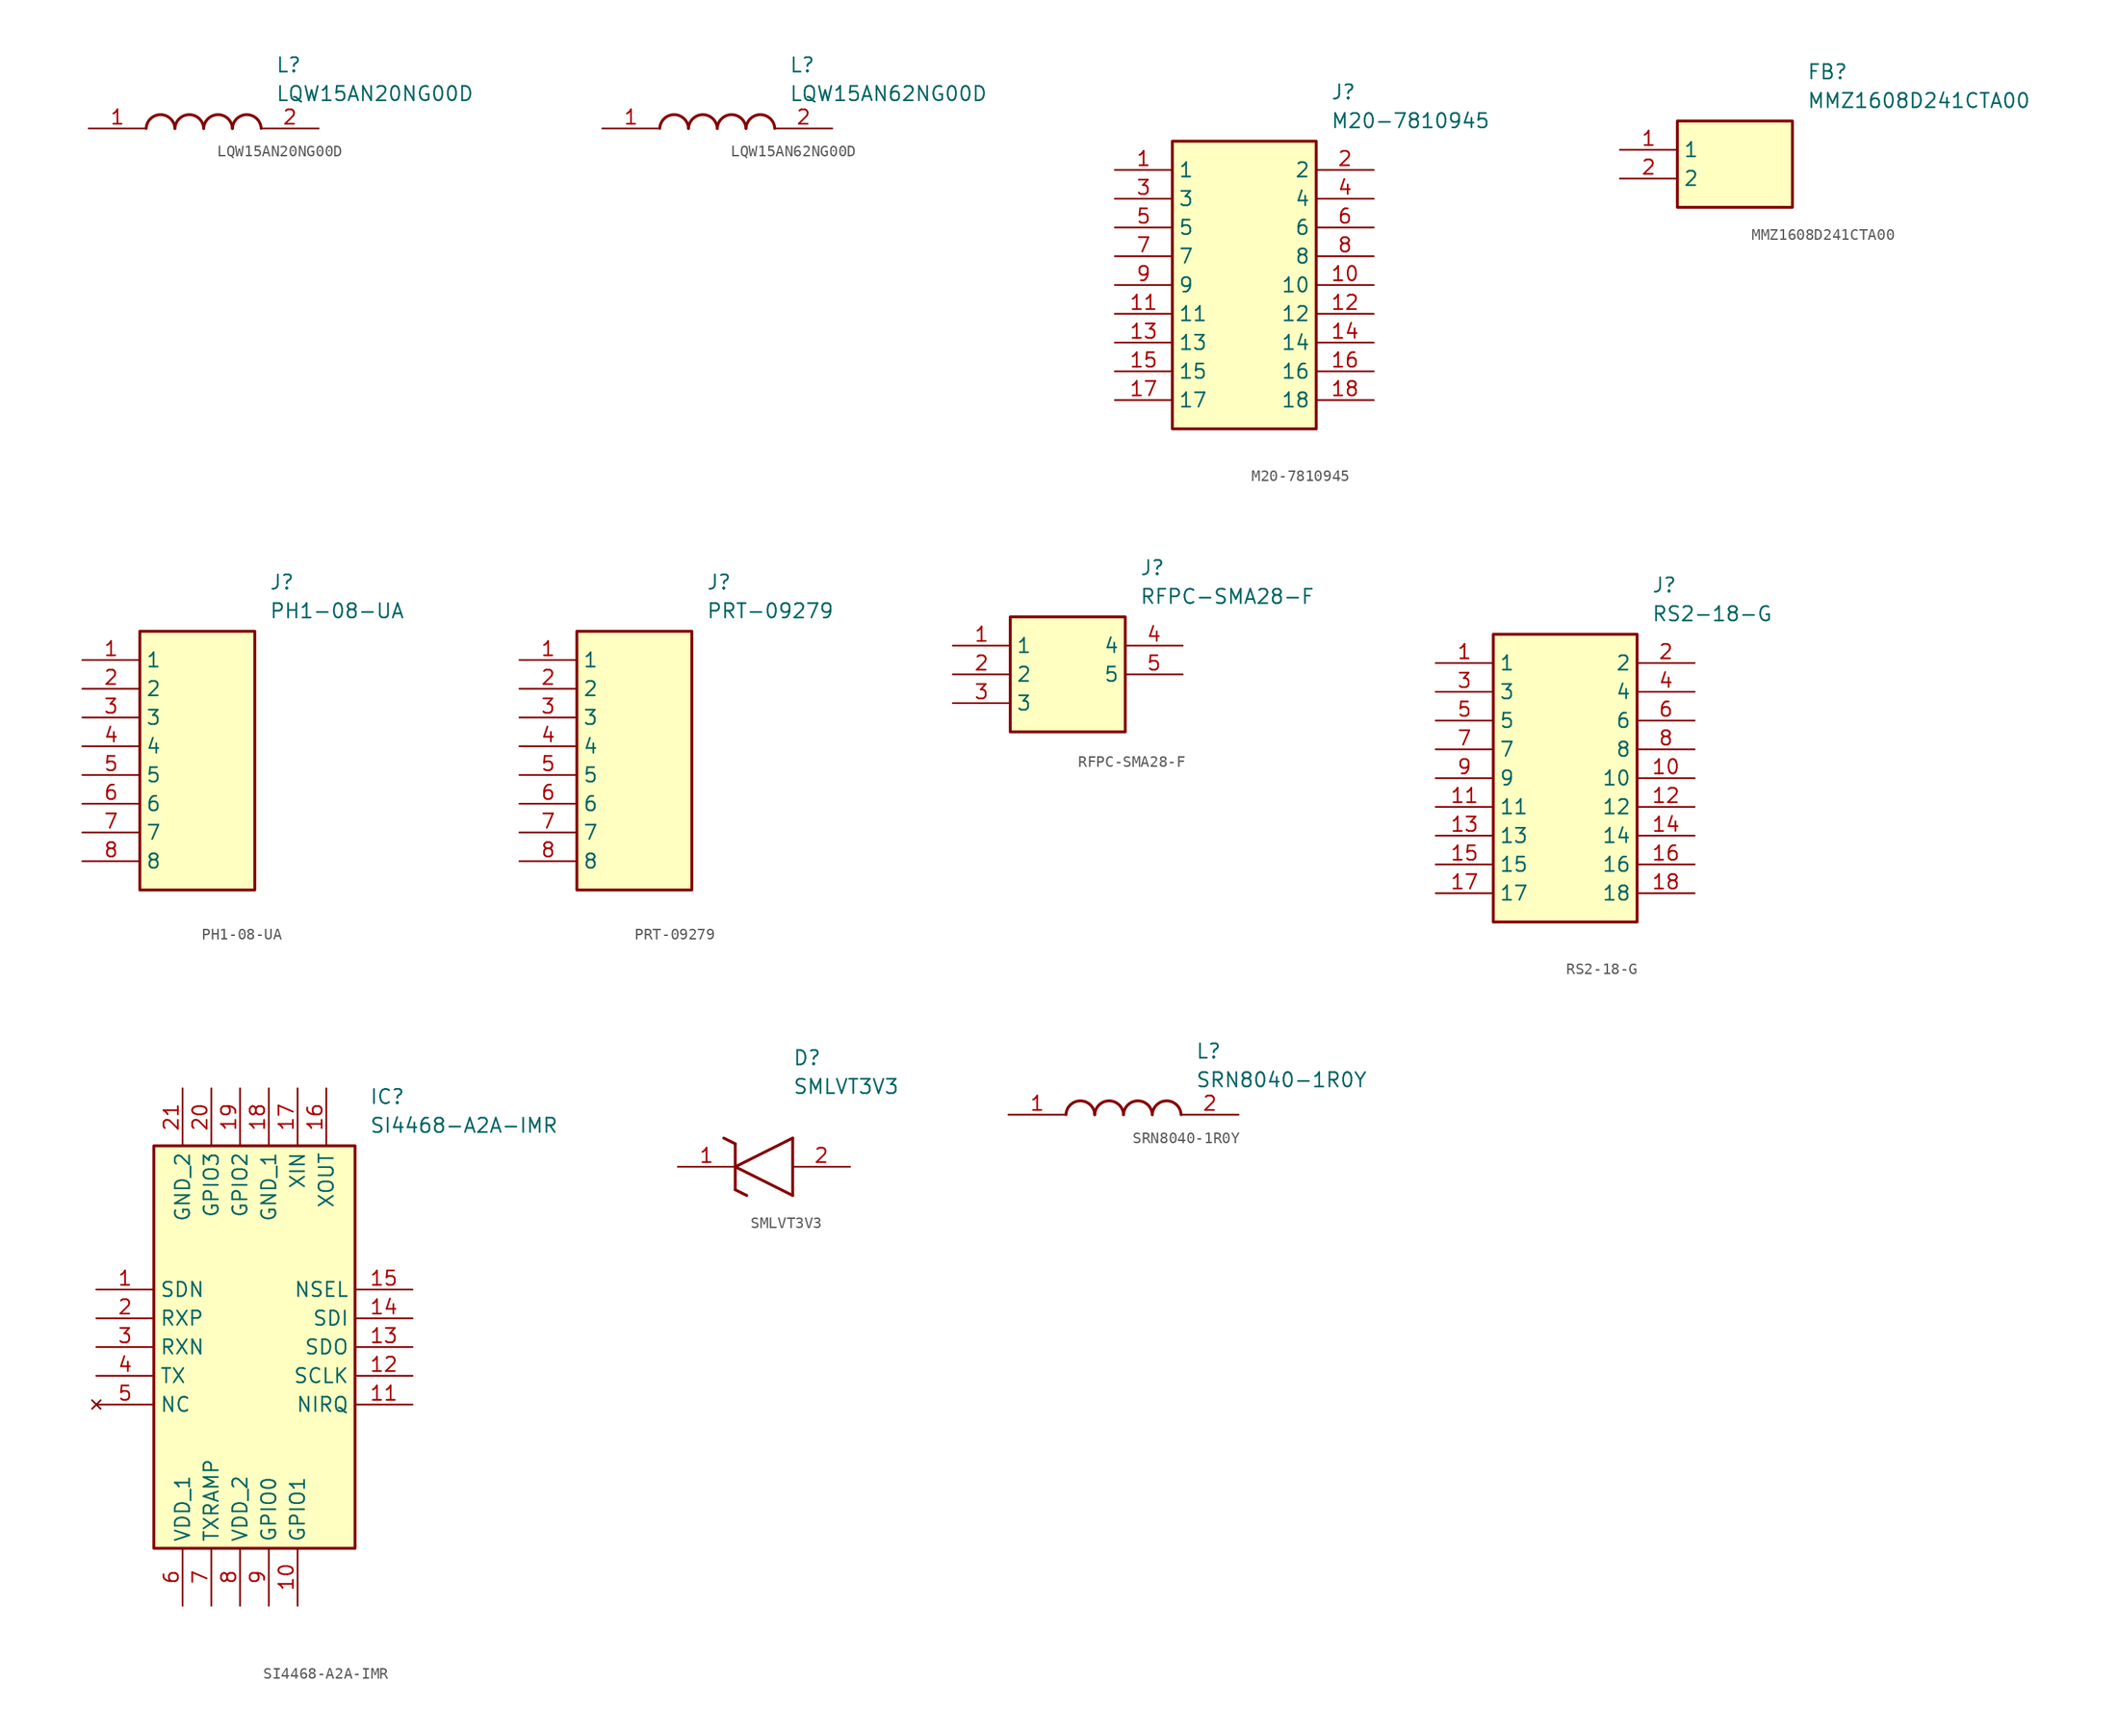
<source format=kicad_sym>
(kicad_symbol_lib
  (version 20231120)
  (generator "kicad_symbol_editor")
  (generator_version "8.0")
  (symbol "LQW15AN20NG00D"
    (pin_names hide)
    (property "Reference" "L"
      (at 16.51 6.35 0)
      (effects (font (size 1.27 1.27)) (justify left top)))
    (property "Value" "LQW15AN20NG00D"
      (at 16.51 3.81 0)
      (effects (font (size 1.27 1.27)) (justify left top)))
    (arc
      (start 7.62 0)
      (mid 6.35 1.219)
      (end 5.08 0)
      (stroke (width 0.254) (type default))
      (fill (type none)))
    (arc
      (start 10.16 0)
      (mid 8.89 1.219)
      (end 7.62 0)
      (stroke (width 0.254) (type default))
      (fill (type none)))
    (arc
      (start 12.7 0)
      (mid 11.43 1.219)
      (end 10.16 0)
      (stroke (width 0.254) (type default))
      (fill (type none)))
    (arc
      (start 15.24 0)
      (mid 13.97 1.219)
      (end 12.7 0)
      (stroke (width 0.254) (type default))
      (fill (type none)))
    (pin passive line
      (at 0 0 0)
      (length 5.08)
      (name "1" (effects (font (size 1.27 1.27))))
      (number "1" (effects (font (size 1.27 1.27)))))
    (pin passive line
      (at 20.32 0 180)
      (length 5.08)
      (name "2" (effects (font (size 1.27 1.27))))
      (number "2" (effects (font (size 1.27 1.27))))))
  (symbol "LQW15AN62NG00D"
    (pin_names hide)
    (property "Reference" "L"
      (at 16.51 6.35 0)
      (effects (font (size 1.27 1.27)) (justify left top)))
    (property "Value" "LQW15AN62NG00D"
      (at 16.51 3.81 0)
      (effects (font (size 1.27 1.27)) (justify left top)))
    (arc
      (start 7.62 0)
      (mid 6.35 1.219)
      (end 5.08 0)
      (stroke (width 0.254) (type default))
      (fill (type none)))
    (arc
      (start 10.16 0)
      (mid 8.89 1.219)
      (end 7.62 0)
      (stroke (width 0.254) (type default))
      (fill (type none)))
    (arc
      (start 12.7 0)
      (mid 11.43 1.219)
      (end 10.16 0)
      (stroke (width 0.254) (type default))
      (fill (type none)))
    (arc
      (start 15.24 0)
      (mid 13.97 1.219)
      (end 12.7 0)
      (stroke (width 0.254) (type default))
      (fill (type none)))
    (pin passive line
      (at 0 0 0)
      (length 5.08)
      (name "1" (effects (font (size 1.27 1.27))))
      (number "1" (effects (font (size 1.27 1.27)))))
    (pin passive line
      (at 20.32 0 180)
      (length 5.08)
      (name "2" (effects (font (size 1.27 1.27))))
      (number "2" (effects (font (size 1.27 1.27))))))
  (symbol "M20-7810945"
    (property "Reference" "J"
      (at 19.05 7.62 0)
      (effects (font (size 1.27 1.27)) (justify left top)))
    (property "Value" "M20-7810945"
      (at 19.05 5.08 0)
      (effects (font (size 1.27 1.27)) (justify left top)))
    (symbol "M20-7810945_1_1"
      (rectangle (start 5.08 2.54) (end 17.78 -22.86) (stroke (width 0.254) (type default)) (fill (type background)))
      (pin passive line (at 0 0 0) (length 5.08) (name "1" (effects (font (size 1.27 1.27)))) (number "1" (effects (font (size 1.27 1.27)))))
      (pin passive line (at 22.86 -10.16 180) (length 5.08) (name "10" (effects (font (size 1.27 1.27)))) (number "10" (effects (font (size 1.27 1.27)))))
      (pin passive line (at 0 -12.7 0) (length 5.08) (name "11" (effects (font (size 1.27 1.27)))) (number "11" (effects (font (size 1.27 1.27)))))
      (pin passive line (at 22.86 -12.7 180) (length 5.08) (name "12" (effects (font (size 1.27 1.27)))) (number "12" (effects (font (size 1.27 1.27)))))
      (pin passive line (at 0 -15.24 0) (length 5.08) (name "13" (effects (font (size 1.27 1.27)))) (number "13" (effects (font (size 1.27 1.27)))))
      (pin passive line (at 22.86 -15.24 180) (length 5.08) (name "14" (effects (font (size 1.27 1.27)))) (number "14" (effects (font (size 1.27 1.27)))))
      (pin passive line (at 0 -17.78 0) (length 5.08) (name "15" (effects (font (size 1.27 1.27)))) (number "15" (effects (font (size 1.27 1.27)))))
      (pin passive line (at 22.86 -17.78 180) (length 5.08) (name "16" (effects (font (size 1.27 1.27)))) (number "16" (effects (font (size 1.27 1.27)))))
      (pin passive line (at 0 -20.32 0) (length 5.08) (name "17" (effects (font (size 1.27 1.27)))) (number "17" (effects (font (size 1.27 1.27)))))
      (pin passive line (at 22.86 -20.32 180) (length 5.08) (name "18" (effects (font (size 1.27 1.27)))) (number "18" (effects (font (size 1.27 1.27)))))
      (pin passive line (at 22.86 0 180) (length 5.08) (name "2" (effects (font (size 1.27 1.27)))) (number "2" (effects (font (size 1.27 1.27)))))
      (pin passive line (at 0 -2.54 0) (length 5.08) (name "3" (effects (font (size 1.27 1.27)))) (number "3" (effects (font (size 1.27 1.27)))))
      (pin passive line (at 22.86 -2.54 180) (length 5.08) (name "4" (effects (font (size 1.27 1.27)))) (number "4" (effects (font (size 1.27 1.27)))))
      (pin passive line (at 0 -5.08 0) (length 5.08) (name "5" (effects (font (size 1.27 1.27)))) (number "5" (effects (font (size 1.27 1.27)))))
      (pin passive line (at 22.86 -5.08 180) (length 5.08) (name "6" (effects (font (size 1.27 1.27)))) (number "6" (effects (font (size 1.27 1.27)))))
      (pin passive line (at 0 -7.62 0) (length 5.08) (name "7" (effects (font (size 1.27 1.27)))) (number "7" (effects (font (size 1.27 1.27)))))
      (pin passive line (at 22.86 -7.62 180) (length 5.08) (name "8" (effects (font (size 1.27 1.27)))) (number "8" (effects (font (size 1.27 1.27)))))
      (pin passive line (at 0 -10.16 0) (length 5.08) (name "9" (effects (font (size 1.27 1.27)))) (number "9" (effects (font (size 1.27 1.27)))))))
  (symbol "MMZ1608D241CTA00"
    (property "Reference" "FB"
      (at 16.51 7.62 0)
      (effects (font (size 1.27 1.27)) (justify left top)))
    (property "Value" "MMZ1608D241CTA00"
      (at 16.51 5.08 0)
      (effects (font (size 1.27 1.27)) (justify left top)))
    (rectangle
      (start 5.08 2.54)
      (end 15.24 -5.08)
      (stroke (width 0.254) (type default))
      (fill (type background)))
    (pin passive line
      (at 0 0 0)
      (length 5.08)
      (name "1" (effects (font (size 1.27 1.27))))
      (number "1" (effects (font (size 1.27 1.27)))))
    (pin passive line
      (at 0 -2.54 0)
      (length 5.08)
      (name "2" (effects (font (size 1.27 1.27))))
      (number "2" (effects (font (size 1.27 1.27))))))
  (symbol "PH1-08-UA"
    (property "Reference" "J"
      (at 16.51 7.62 0)
      (effects (font (size 1.27 1.27)) (justify left top)))
    (property "Value" "PH1-08-UA"
      (at 16.51 5.08 0)
      (effects (font (size 1.27 1.27)) (justify left top)))
    (rectangle
      (start 5.08 2.54)
      (end 15.24 -20.32)
      (stroke (width 0.254) (type default))
      (fill (type background)))
    (pin passive line
      (at 0 0 0)
      (length 5.08)
      (name "1" (effects (font (size 1.27 1.27))))
      (number "1" (effects (font (size 1.27 1.27)))))
    (pin passive line
      (at 0 -2.54 0)
      (length 5.08)
      (name "2" (effects (font (size 1.27 1.27))))
      (number "2" (effects (font (size 1.27 1.27)))))
    (pin passive line
      (at 0 -5.08 0)
      (length 5.08)
      (name "3" (effects (font (size 1.27 1.27))))
      (number "3" (effects (font (size 1.27 1.27)))))
    (pin passive line
      (at 0 -7.62 0)
      (length 5.08)
      (name "4" (effects (font (size 1.27 1.27))))
      (number "4" (effects (font (size 1.27 1.27)))))
    (pin passive line
      (at 0 -10.16 0)
      (length 5.08)
      (name "5" (effects (font (size 1.27 1.27))))
      (number "5" (effects (font (size 1.27 1.27)))))
    (pin passive line
      (at 0 -12.7 0)
      (length 5.08)
      (name "6" (effects (font (size 1.27 1.27))))
      (number "6" (effects (font (size 1.27 1.27)))))
    (pin passive line
      (at 0 -15.24 0)
      (length 5.08)
      (name "7" (effects (font (size 1.27 1.27))))
      (number "7" (effects (font (size 1.27 1.27)))))
    (pin passive line
      (at 0 -17.78 0)
      (length 5.08)
      (name "8" (effects (font (size 1.27 1.27))))
      (number "8" (effects (font (size 1.27 1.27))))))
  (symbol "PRT-09279"
    (property "Reference" "J"
      (at 16.51 7.62 0)
      (effects (font (size 1.27 1.27)) (justify left top)))
    (property "Value" "PRT-09279"
      (at 16.51 5.08 0)
      (effects (font (size 1.27 1.27)) (justify left top)))
    (rectangle
      (start 5.08 2.54)
      (end 15.24 -20.32)
      (stroke (width 0.254) (type default))
      (fill (type background)))
    (pin passive line
      (at 0 0 0)
      (length 5.08)
      (name "1" (effects (font (size 1.27 1.27))))
      (number "1" (effects (font (size 1.27 1.27)))))
    (pin passive line
      (at 0 -2.54 0)
      (length 5.08)
      (name "2" (effects (font (size 1.27 1.27))))
      (number "2" (effects (font (size 1.27 1.27)))))
    (pin passive line
      (at 0 -5.08 0)
      (length 5.08)
      (name "3" (effects (font (size 1.27 1.27))))
      (number "3" (effects (font (size 1.27 1.27)))))
    (pin passive line
      (at 0 -7.62 0)
      (length 5.08)
      (name "4" (effects (font (size 1.27 1.27))))
      (number "4" (effects (font (size 1.27 1.27)))))
    (pin passive line
      (at 0 -10.16 0)
      (length 5.08)
      (name "5" (effects (font (size 1.27 1.27))))
      (number "5" (effects (font (size 1.27 1.27)))))
    (pin passive line
      (at 0 -12.7 0)
      (length 5.08)
      (name "6" (effects (font (size 1.27 1.27))))
      (number "6" (effects (font (size 1.27 1.27)))))
    (pin passive line
      (at 0 -15.24 0)
      (length 5.08)
      (name "7" (effects (font (size 1.27 1.27))))
      (number "7" (effects (font (size 1.27 1.27)))))
    (pin passive line
      (at 0 -17.78 0)
      (length 5.08)
      (name "8" (effects (font (size 1.27 1.27))))
      (number "8" (effects (font (size 1.27 1.27))))))
  (symbol "RFPC-SMA28-F"
    (property "Reference" "J"
      (at 16.51 7.62 0)
      (effects (font (size 1.27 1.27)) (justify left top)))
    (property "Value" "RFPC-SMA28-F"
      (at 16.51 5.08 0)
      (effects (font (size 1.27 1.27)) (justify left top)))
    (rectangle
      (start 5.08 2.54)
      (end 15.24 -7.62)
      (stroke (width 0.254) (type default))
      (fill (type background)))
    (pin passive line
      (at 0 0 0)
      (length 5.08)
      (name "1" (effects (font (size 1.27 1.27))))
      (number "1" (effects (font (size 1.27 1.27)))))
    (pin passive line
      (at 0 -2.54 0)
      (length 5.08)
      (name "2" (effects (font (size 1.27 1.27))))
      (number "2" (effects (font (size 1.27 1.27)))))
    (pin passive line
      (at 0 -5.08 0)
      (length 5.08)
      (name "3" (effects (font (size 1.27 1.27))))
      (number "3" (effects (font (size 1.27 1.27)))))
    (pin passive line
      (at 20.32 0 180)
      (length 5.08)
      (name "4" (effects (font (size 1.27 1.27))))
      (number "4" (effects (font (size 1.27 1.27)))))
    (pin passive line
      (at 20.32 -2.54 180)
      (length 5.08)
      (name "5" (effects (font (size 1.27 1.27))))
      (number "5" (effects (font (size 1.27 1.27))))))
  (symbol "RS2-18-G"
    (property "Reference" "J"
      (at 19.05 7.62 0)
      (effects (font (size 1.27 1.27)) (justify left top)))
    (property "Value" "RS2-18-G"
      (at 19.05 5.08 0)
      (effects (font (size 1.27 1.27)) (justify left top)))
    (symbol "RS2-18-G_1_1"
      (rectangle (start 5.08 2.54) (end 17.78 -22.86) (stroke (width 0.254) (type default)) (fill (type background)))
      (pin passive line (at 0 0 0) (length 5.08) (name "1" (effects (font (size 1.27 1.27)))) (number "1" (effects (font (size 1.27 1.27)))))
      (pin passive line (at 22.86 -10.16 180) (length 5.08) (name "10" (effects (font (size 1.27 1.27)))) (number "10" (effects (font (size 1.27 1.27)))))
      (pin passive line (at 0 -12.7 0) (length 5.08) (name "11" (effects (font (size 1.27 1.27)))) (number "11" (effects (font (size 1.27 1.27)))))
      (pin passive line (at 22.86 -12.7 180) (length 5.08) (name "12" (effects (font (size 1.27 1.27)))) (number "12" (effects (font (size 1.27 1.27)))))
      (pin passive line (at 0 -15.24 0) (length 5.08) (name "13" (effects (font (size 1.27 1.27)))) (number "13" (effects (font (size 1.27 1.27)))))
      (pin passive line (at 22.86 -15.24 180) (length 5.08) (name "14" (effects (font (size 1.27 1.27)))) (number "14" (effects (font (size 1.27 1.27)))))
      (pin passive line (at 0 -17.78 0) (length 5.08) (name "15" (effects (font (size 1.27 1.27)))) (number "15" (effects (font (size 1.27 1.27)))))
      (pin passive line (at 22.86 -17.78 180) (length 5.08) (name "16" (effects (font (size 1.27 1.27)))) (number "16" (effects (font (size 1.27 1.27)))))
      (pin passive line (at 0 -20.32 0) (length 5.08) (name "17" (effects (font (size 1.27 1.27)))) (number "17" (effects (font (size 1.27 1.27)))))
      (pin passive line (at 22.86 -20.32 180) (length 5.08) (name "18" (effects (font (size 1.27 1.27)))) (number "18" (effects (font (size 1.27 1.27)))))
      (pin passive line (at 22.86 0 180) (length 5.08) (name "2" (effects (font (size 1.27 1.27)))) (number "2" (effects (font (size 1.27 1.27)))))
      (pin passive line (at 0 -2.54 0) (length 5.08) (name "3" (effects (font (size 1.27 1.27)))) (number "3" (effects (font (size 1.27 1.27)))))
      (pin passive line (at 22.86 -2.54 180) (length 5.08) (name "4" (effects (font (size 1.27 1.27)))) (number "4" (effects (font (size 1.27 1.27)))))
      (pin passive line (at 0 -5.08 0) (length 5.08) (name "5" (effects (font (size 1.27 1.27)))) (number "5" (effects (font (size 1.27 1.27)))))
      (pin passive line (at 22.86 -5.08 180) (length 5.08) (name "6" (effects (font (size 1.27 1.27)))) (number "6" (effects (font (size 1.27 1.27)))))
      (pin passive line (at 0 -7.62 0) (length 5.08) (name "7" (effects (font (size 1.27 1.27)))) (number "7" (effects (font (size 1.27 1.27)))))
      (pin passive line (at 22.86 -7.62 180) (length 5.08) (name "8" (effects (font (size 1.27 1.27)))) (number "8" (effects (font (size 1.27 1.27)))))
      (pin passive line (at 0 -10.16 0) (length 5.08) (name "9" (effects (font (size 1.27 1.27)))) (number "9" (effects (font (size 1.27 1.27)))))))
  (symbol "SI4468-A2A-IMR"
    (property "Reference" "IC"
      (at 24.13 17.78 0)
      (effects (font (size 1.27 1.27)) (justify left top)))
    (property "Value" "SI4468-A2A-IMR"
      (at 24.13 15.24 0)
      (effects (font (size 1.27 1.27)) (justify left top)))
    (rectangle
      (start 5.08 12.7)
      (end 22.86 -22.86)
      (stroke (width 0.254) (type default))
      (fill (type background)))
    (pin passive line
      (at 0 0 0)
      (length 5.08)
      (name "SDN" (effects (font (size 1.27 1.27))))
      (number "1" (effects (font (size 1.27 1.27)))))
    (pin passive line
      (at 0 -2.54 0)
      (length 5.08)
      (name "RXP" (effects (font (size 1.27 1.27))))
      (number "2" (effects (font (size 1.27 1.27)))))
    (pin passive line
      (at 0 -5.08 0)
      (length 5.08)
      (name "RXN" (effects (font (size 1.27 1.27))))
      (number "3" (effects (font (size 1.27 1.27)))))
    (pin passive line
      (at 0 -7.62 0)
      (length 5.08)
      (name "TX" (effects (font (size 1.27 1.27))))
      (number "4" (effects (font (size 1.27 1.27)))))
    (pin no_connect line
      (at 0 -10.16 0)
      (length 5.08)
      (name "NC" (effects (font (size 1.27 1.27))))
      (number "5" (effects (font (size 1.27 1.27)))))
    (pin passive line
      (at 7.62 -27.94 90)
      (length 5.08)
      (name "VDD_1" (effects (font (size 1.27 1.27))))
      (number "6" (effects (font (size 1.27 1.27)))))
    (pin passive line
      (at 10.16 -27.94 90)
      (length 5.08)
      (name "TXRAMP" (effects (font (size 1.27 1.27))))
      (number "7" (effects (font (size 1.27 1.27)))))
    (pin passive line
      (at 12.7 -27.94 90)
      (length 5.08)
      (name "VDD_2" (effects (font (size 1.27 1.27))))
      (number "8" (effects (font (size 1.27 1.27)))))
    (pin passive line
      (at 15.24 -27.94 90)
      (length 5.08)
      (name "GPIO0" (effects (font (size 1.27 1.27))))
      (number "9" (effects (font (size 1.27 1.27)))))
    (pin passive line
      (at 17.78 -27.94 90)
      (length 5.08)
      (name "GPIO1" (effects (font (size 1.27 1.27))))
      (number "10" (effects (font (size 1.27 1.27)))))
    (pin passive line
      (at 27.94 0 180)
      (length 5.08)
      (name "NSEL" (effects (font (size 1.27 1.27))))
      (number "15" (effects (font (size 1.27 1.27)))))
    (pin passive line
      (at 27.94 -2.54 180)
      (length 5.08)
      (name "SDI" (effects (font (size 1.27 1.27))))
      (number "14" (effects (font (size 1.27 1.27)))))
    (pin passive line
      (at 27.94 -5.08 180)
      (length 5.08)
      (name "SDO" (effects (font (size 1.27 1.27))))
      (number "13" (effects (font (size 1.27 1.27)))))
    (pin passive line
      (at 27.94 -7.62 180)
      (length 5.08)
      (name "SCLK" (effects (font (size 1.27 1.27))))
      (number "12" (effects (font (size 1.27 1.27)))))
    (pin passive line
      (at 27.94 -10.16 180)
      (length 5.08)
      (name "NIRQ" (effects (font (size 1.27 1.27))))
      (number "11" (effects (font (size 1.27 1.27)))))
    (pin passive line
      (at 7.62 17.78 270)
      (length 5.08)
      (name "GND_2" (effects (font (size 1.27 1.27))))
      (number "21" (effects (font (size 1.27 1.27)))))
    (pin passive line
      (at 10.16 17.78 270)
      (length 5.08)
      (name "GPIO3" (effects (font (size 1.27 1.27))))
      (number "20" (effects (font (size 1.27 1.27)))))
    (pin passive line
      (at 12.7 17.78 270)
      (length 5.08)
      (name "GPIO2" (effects (font (size 1.27 1.27))))
      (number "19" (effects (font (size 1.27 1.27)))))
    (pin passive line
      (at 15.24 17.78 270)
      (length 5.08)
      (name "GND_1" (effects (font (size 1.27 1.27))))
      (number "18" (effects (font (size 1.27 1.27)))))
    (pin passive line
      (at 17.78 17.78 270)
      (length 5.08)
      (name "XIN" (effects (font (size 1.27 1.27))))
      (number "17" (effects (font (size 1.27 1.27)))))
    (pin passive line
      (at 20.32 17.78 270)
      (length 5.08)
      (name "XOUT" (effects (font (size 1.27 1.27))))
      (number "16" (effects (font (size 1.27 1.27))))))
  (symbol "SMLVT3V3"
    (pin_names hide)
    (property "Reference" "D"
      (at 10.16 8.89 0)
      (effects (font (size 1.27 1.27)) (justify left bottom)))
    (property "Value" "SMLVT3V3"
      (at 10.16 6.35 0)
      (effects (font (size 1.27 1.27)) (justify left bottom)))
    (symbol "SMLVT3V3_1_1"
      (polyline (pts (xy 4.064 2.54) (xy 5.08 2.032)) (stroke (width 0.254) (type default)) (fill (type none)))
      (polyline (pts (xy 5.08 -2.032) (xy 5.08 2.032)) (stroke (width 0.254) (type default)) (fill (type none)))
      (polyline (pts (xy 5.08 -2.032) (xy 6.096 -2.54)) (stroke (width 0.254) (type default)) (fill (type none)))
      (polyline (pts (xy 5.08 0) (xy 10.16 2.54)) (stroke (width 0.254) (type default)) (fill (type none)))
      (polyline (pts (xy 10.16 -2.54) (xy 5.08 0)) (stroke (width 0.254) (type default)) (fill (type none)))
      (polyline (pts (xy 10.16 -2.54) (xy 10.16 2.54)) (stroke (width 0.254) (type default)) (fill (type none)))
      (pin passive line (at 0 0 0) (length 5.08) (name "K" (effects (font (size 1.27 1.27)))) (number "1" (effects (font (size 1.27 1.27)))))
      (pin passive line (at 15.24 0 180) (length 5.08) (name "A" (effects (font (size 1.27 1.27)))) (number "2" (effects (font (size 1.27 1.27)))))))
  (symbol "SRN8040-1R0Y"
    (pin_names hide)
    (property "Reference" "L"
      (at 16.51 6.35 0)
      (effects (font (size 1.27 1.27)) (justify left top)))
    (property "Value" "SRN8040-1R0Y"
      (at 16.51 3.81 0)
      (effects (font (size 1.27 1.27)) (justify left top)))
    (symbol "SRN8040-1R0Y_1_1"
      (arc (start 7.62 0) (mid 6.35 1.219) (end 5.08 0) (stroke (width 0.254) (type default)) (fill (type none)))
      (arc (start 10.16 0) (mid 8.89 1.219) (end 7.62 0) (stroke (width 0.254) (type default)) (fill (type none)))
      (arc (start 12.7 0) (mid 11.43 1.219) (end 10.16 0) (stroke (width 0.254) (type default)) (fill (type none)))
      (arc (start 15.24 0) (mid 13.97 1.219) (end 12.7 0) (stroke (width 0.254) (type default)) (fill (type none)))
      (pin passive line (at 0 0 0) (length 5.08) (name "1" (effects (font (size 1.27 1.27)))) (number "1" (effects (font (size 1.27 1.27)))))
      (pin passive line (at 20.32 0 180) (length 5.08) (name "2" (effects (font (size 1.27 1.27)))) (number "2" (effects (font (size 1.27 1.27))))))))
</source>
